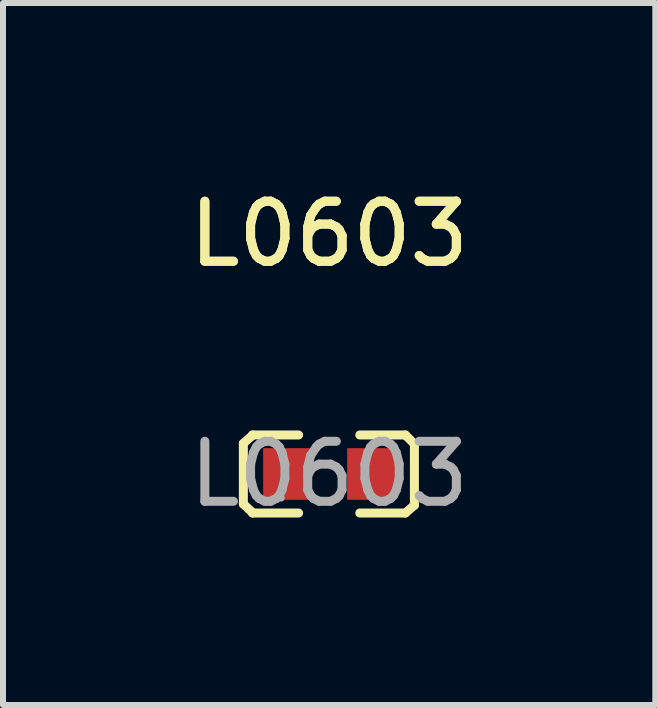
<source format=kicad_pcb>
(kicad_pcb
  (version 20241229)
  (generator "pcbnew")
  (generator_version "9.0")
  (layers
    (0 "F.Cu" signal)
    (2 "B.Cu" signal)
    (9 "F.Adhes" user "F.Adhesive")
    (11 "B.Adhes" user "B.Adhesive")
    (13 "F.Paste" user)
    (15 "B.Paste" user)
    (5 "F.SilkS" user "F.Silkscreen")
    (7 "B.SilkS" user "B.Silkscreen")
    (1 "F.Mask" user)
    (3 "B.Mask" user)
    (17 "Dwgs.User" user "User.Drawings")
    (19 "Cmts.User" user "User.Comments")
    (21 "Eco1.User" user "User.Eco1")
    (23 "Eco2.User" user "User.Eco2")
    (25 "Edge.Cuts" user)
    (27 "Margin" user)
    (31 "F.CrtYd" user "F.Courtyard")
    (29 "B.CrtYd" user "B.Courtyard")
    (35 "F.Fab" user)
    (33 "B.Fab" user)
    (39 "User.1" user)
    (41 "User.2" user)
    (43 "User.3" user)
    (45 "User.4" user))
  (footprint "L0603"
    (layer "F.Cu")
    (at 2.435 4.848)
    (property "Reference" "L0603" (at 0 -4 0) (layer "F.SilkS") (effects (font (size 1 1) (thickness 0.15))))
    (attr smd)
    (fp_line (start -1.43 -0.51) (end -1.27 -0.65) (stroke (width 0.15) (type solid)) (layer "F.SilkS"))
    (fp_line (start -1.43 0.5) (end -1.43 -0.51) (stroke (width 0.15) (type solid)) (layer "F.SilkS"))
    (fp_line (start -1.28 -0.65) (end -0.51 -0.65) (stroke (width 0.15) (type solid)) (layer "F.SilkS"))
    (fp_line (start -1.28 0.65) (end -0.51 0.65) (stroke (width 0.15) (type solid)) (layer "F.SilkS"))
    (fp_line (start -1.27 0.65) (end -1.43 0.5) (stroke (width 0.15) (type solid)) (layer "F.SilkS"))
    (fp_line (start 1.27 -0.65) (end 0.51 -0.65) (stroke (width 0.15) (type solid)) (layer "F.SilkS"))
    (fp_line (start 1.27 -0.65) (end 1.42 -0.5) (stroke (width 0.15) (type solid)) (layer "F.SilkS"))
    (fp_line (start 1.27 0.65) (end 0.51 0.65) (stroke (width 0.15) (type solid)) (layer "F.SilkS"))
    (fp_line (start 1.42 -0.5) (end 1.42 0.52) (stroke (width 0.15) (type solid)) (layer "F.SilkS"))
    (fp_line (start 1.42 0.52) (end 1.27 0.65) (stroke (width 0.15) (type solid)) (layer "F.SilkS"))
    (fp_circle (center -0.8 0.4) (end -0.77 0.4) (stroke (width 0.06) (type solid)) (fill no) (layer "F.Fab"))
    (fp_text user "${REFERENCE}" (at 0 -4 0) (layer "F.SilkS") (effects (font (size 1 1) (thickness 0.15))))
    (fp_text user "${REFERENCE}" (at 0 0 0) (layer "F.Fab") (effects (font (size 1 1) (thickness 0.15))))
    (pad "1" smd rect (at -0.7 0 180) (size 0.8 0.86) (layers "F.Cu" "F.Mask" "F.Paste"))
    (pad "2" smd rect (at 0.7 0 180) (size 0.8 0.86) (layers "F.Cu" "F.Mask" "F.Paste")))
  (gr_rect
    (start -3 -3)
    (end 7.869 8.697)
    (stroke (width 0.1) (type default))
    (fill no)
    (layer "Edge.Cuts")))
</source>
